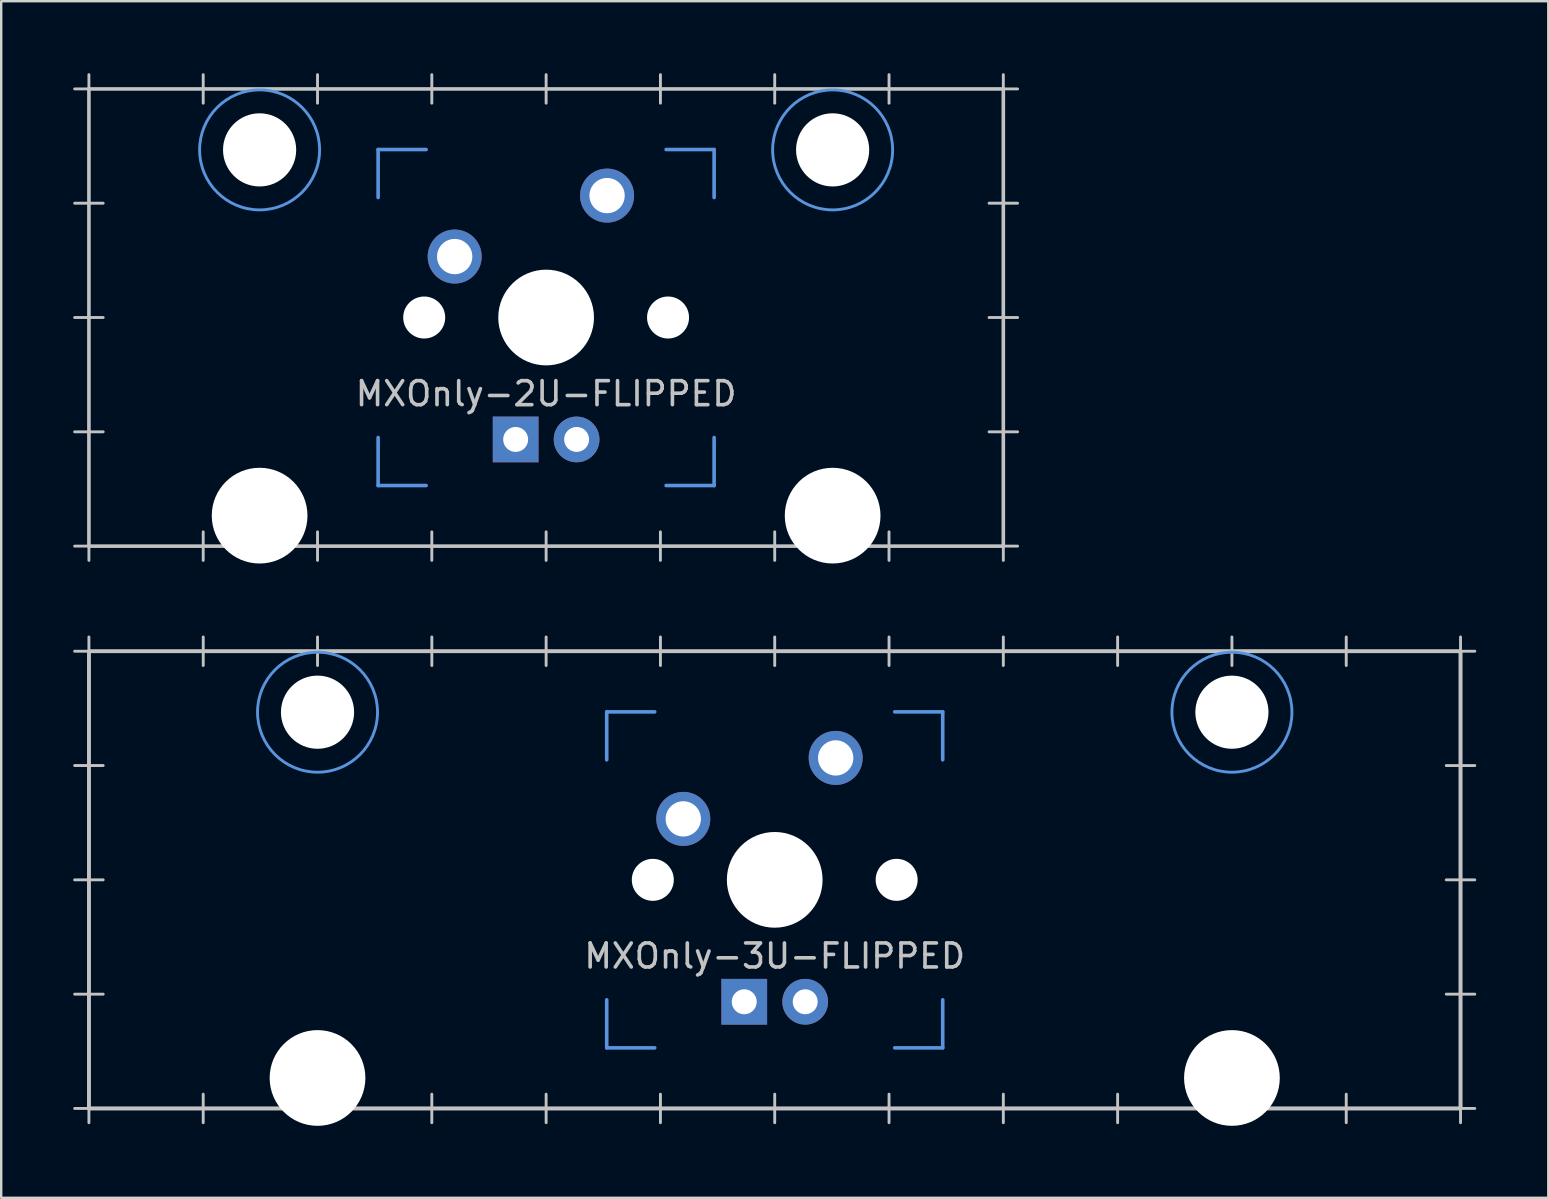
<source format=kicad_pcb>
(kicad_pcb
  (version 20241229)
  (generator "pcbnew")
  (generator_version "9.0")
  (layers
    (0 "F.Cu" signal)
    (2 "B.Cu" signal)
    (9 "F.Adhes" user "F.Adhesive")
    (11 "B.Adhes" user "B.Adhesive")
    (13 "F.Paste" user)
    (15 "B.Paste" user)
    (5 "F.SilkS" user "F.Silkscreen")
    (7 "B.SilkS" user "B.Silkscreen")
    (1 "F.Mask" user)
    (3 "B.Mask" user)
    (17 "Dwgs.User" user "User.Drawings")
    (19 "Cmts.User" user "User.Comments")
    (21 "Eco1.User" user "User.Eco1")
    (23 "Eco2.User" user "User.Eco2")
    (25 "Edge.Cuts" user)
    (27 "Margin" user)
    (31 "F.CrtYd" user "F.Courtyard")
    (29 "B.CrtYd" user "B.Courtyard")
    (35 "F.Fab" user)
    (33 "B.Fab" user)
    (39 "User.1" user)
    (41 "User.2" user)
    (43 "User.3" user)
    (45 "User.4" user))
  (footprint "MXOnly-3U-FLIPPED"
    (layer "F.Cu")
    (at 29.23 33.61)
    (property "Reference" "MXOnly-3U-FLIPPED" (at 0 3.175 0) (layer "Dwgs.User") (effects (font (size 1 1) (thickness 0.15))))
    (attr through_hole)
    (fp_line (start -29.17 -9.525) (end -28.575 -9.525) (stroke (width 0.12) (type solid)) (layer "Dwgs.User"))
    (fp_line (start -29.17 0) (end -27.98 0) (stroke (width 0.12) (type solid)) (layer "Dwgs.User"))
    (fp_line (start -29.17 4.763) (end -27.98 4.763) (stroke (width 0.12) (type solid)) (layer "Dwgs.User"))
    (fp_line (start -29.17 9.525) (end -28.575 9.525) (stroke (width 0.12) (type solid)) (layer "Dwgs.User"))
    (fp_line (start -28.575 10.12) (end -28.575 9.525) (stroke (width 0.12) (type solid)) (layer "Dwgs.User"))
    (fp_line (start -28.575 -10.12) (end -28.575 -9.525) (stroke (width 0.12) (type solid)) (layer "Dwgs.User"))
    (fp_line (start -28.575 -9.525) (end 28.575 -9.525) (stroke (width 0.15) (type solid)) (layer "Dwgs.User"))
    (fp_line (start -28.575 9.525) (end -28.575 -9.525) (stroke (width 0.15) (type solid)) (layer "Dwgs.User"))
    (fp_line (start -28.575 9.525) (end 28.575 9.525) (stroke (width 0.15) (type solid)) (layer "Dwgs.User"))
    (fp_line (start -28.575 -9.525) (end 28.575 -9.525) (stroke (width 0.15) (type solid)) (layer "Dwgs.User"))
    (fp_line (start -28.575 9.525) (end -28.575 -9.525) (stroke (width 0.15) (type solid)) (layer "Dwgs.User"))
    (fp_line (start -28.575 9.525) (end 28.575 9.525) (stroke (width 0.15) (type solid)) (layer "Dwgs.User"))
    (fp_line (start -27.98 -4.763) (end -29.17 -4.763) (stroke (width 0.12) (type solid)) (layer "Dwgs.User"))
    (fp_line (start -23.813 8.93) (end -23.813 10.12) (stroke (width 0.12) (type solid)) (layer "Dwgs.User"))
    (fp_line (start -23.812 -10.12) (end -23.812 -8.93) (stroke (width 0.12) (type solid)) (layer "Dwgs.User"))
    (fp_line (start -19.05 8.93) (end -19.05 10.12) (stroke (width 0.12) (type solid)) (layer "Dwgs.User"))
    (fp_line (start -19.05 -10.12) (end -19.05 -8.93) (stroke (width 0.12) (type solid)) (layer "Dwgs.User"))
    (fp_line (start -14.288 10.12) (end -14.288 8.93) (stroke (width 0.12) (type solid)) (layer "Dwgs.User"))
    (fp_line (start -14.287 -8.93) (end -14.287 -10.12) (stroke (width 0.12) (type solid)) (layer "Dwgs.User"))
    (fp_line (start -9.525 8.93) (end -9.525 10.12) (stroke (width 0.12) (type solid)) (layer "Dwgs.User"))
    (fp_line (start -9.525 -10.12) (end -9.525 -8.93) (stroke (width 0.12) (type solid)) (layer "Dwgs.User"))
    (fp_line (start -4.762 10.12) (end -4.762 8.93) (stroke (width 0.12) (type solid)) (layer "Dwgs.User"))
    (fp_line (start -4.762 -8.93) (end -4.762 -10.12) (stroke (width 0.12) (type solid)) (layer "Dwgs.User"))
    (fp_line (start 0.000006 8.93) (end 0.000006 10.12) (stroke (width 0.12) (type solid)) (layer "Dwgs.User"))
    (fp_line (start 0.000024 -10.12) (end 0.000024 -8.93) (stroke (width 0.12) (type solid)) (layer "Dwgs.User"))
    (fp_line (start 4.763 10.12) (end 4.763 8.93) (stroke (width 0.12) (type solid)) (layer "Dwgs.User"))
    (fp_line (start 4.763 -8.93) (end 4.763 -10.12) (stroke (width 0.12) (type solid)) (layer "Dwgs.User"))
    (fp_line (start 9.525 8.93) (end 9.525 10.12) (stroke (width 0.12) (type solid)) (layer "Dwgs.User"))
    (fp_line (start 9.525 -10.12) (end 9.525 -8.93) (stroke (width 0.12) (type solid)) (layer "Dwgs.User"))
    (fp_line (start 14.288 10.12) (end 14.288 8.93) (stroke (width 0.12) (type solid)) (layer "Dwgs.User"))
    (fp_line (start 14.288 -8.93) (end 14.288 -10.12) (stroke (width 0.12) (type solid)) (layer "Dwgs.User"))
    (fp_line (start 19.05 8.93) (end 19.05 10.12) (stroke (width 0.12) (type solid)) (layer "Dwgs.User"))
    (fp_line (start 19.05 -10.12) (end 19.05 -8.93) (stroke (width 0.12) (type solid)) (layer "Dwgs.User"))
    (fp_line (start 23.813 10.12) (end 23.813 8.93) (stroke (width 0.12) (type solid)) (layer "Dwgs.User"))
    (fp_line (start 23.813 -8.93) (end 23.813 -10.12) (stroke (width 0.12) (type solid)) (layer "Dwgs.User"))
    (fp_line (start 27.98 4.763) (end 29.17 4.763) (stroke (width 0.12) (type solid)) (layer "Dwgs.User"))
    (fp_line (start 28.575 -9.525) (end 28.575 9.525) (stroke (width 0.15) (type solid)) (layer "Dwgs.User"))
    (fp_line (start 28.575 -9.525) (end 28.575 9.525) (stroke (width 0.15) (type solid)) (layer "Dwgs.User"))
    (fp_line (start 28.575 10.12) (end 28.575 9.525) (stroke (width 0.12) (type solid)) (layer "Dwgs.User"))
    (fp_line (start 28.575 -10.12) (end 28.575 -9.525) (stroke (width 0.12) (type solid)) (layer "Dwgs.User"))
    (fp_line (start 29.17 -9.525) (end 28.575 -9.525) (stroke (width 0.12) (type solid)) (layer "Dwgs.User"))
    (fp_line (start 29.17 -4.762) (end 27.98 -4.762) (stroke (width 0.12) (type solid)) (layer "Dwgs.User"))
    (fp_line (start 29.17 0.000008) (end 27.98 0.000008) (stroke (width 0.12) (type solid)) (layer "Dwgs.User"))
    (fp_line (start 29.17 9.525) (end 28.575 9.525) (stroke (width 0.12) (type solid)) (layer "Dwgs.User"))
    (fp_line (start -7 -7) (end -7 -5) (stroke (width 0.15) (type solid)) (layer "Cmts.User"))
    (fp_line (start -7 7) (end -7 5) (stroke (width 0.15) (type solid)) (layer "Cmts.User"))
    (fp_line (start -5 -7) (end -7 -7) (stroke (width 0.15) (type solid)) (layer "Cmts.User"))
    (fp_line (start -5 7) (end -7 7) (stroke (width 0.15) (type solid)) (layer "Cmts.User"))
    (fp_line (start 5 -7) (end 7 -7) (stroke (width 0.15) (type solid)) (layer "Cmts.User"))
    (fp_line (start 7 -7) (end 7 -5) (stroke (width 0.15) (type solid)) (layer "Cmts.User"))
    (fp_line (start 7 5) (end 7 7) (stroke (width 0.15) (type solid)) (layer "Cmts.User"))
    (fp_line (start 7 7) (end 5 7) (stroke (width 0.15) (type solid)) (layer "Cmts.User"))
    (fp_circle (center -19.05 -6.985) (end -16.55 -6.985) (stroke (width 0.12) (type solid)) (fill no) (layer "Cmts.User"))
    (fp_circle (center 19.05 -6.985) (end 21.55 -6.985) (stroke (width 0.12) (type solid)) (fill no) (layer "Cmts.User"))
    (pad "" np_thru_hole circle (at -19.05 -6.985) (size 3.048 3.048) (drill 3.048) (layers "*.Cu" "*.Mask"))
    (pad "" np_thru_hole circle (at -19.05 8.255) (size 3.988 3.988) (drill 3.988) (layers "*.Cu" "*.Mask"))
    (pad "" np_thru_hole circle (at -5.08 0 48.1) (size 1.75 1.75) (drill 1.75) (layers "*.Cu" "*.Mask"))
    (pad "" np_thru_hole circle (at 0 0) (size 3.988 3.988) (drill 3.988) (layers "*.Cu" "*.Mask"))
    (pad "" np_thru_hole circle (at 5.08 0 48.1) (size 1.75 1.75) (drill 1.75) (layers "*.Cu" "*.Mask"))
    (pad "" np_thru_hole circle (at 19.05 -6.985) (size 3.048 3.048) (drill 3.048) (layers "*.Cu" "*.Mask"))
    (pad "" np_thru_hole circle (at 19.05 8.255) (size 3.988 3.988) (drill 3.988) (layers "*.Cu" "*.Mask"))
    (pad "1" thru_hole circle (at -3.81 -2.54 48.1) (size 2.25 2.25) (drill 1.47) (layers "*.Cu" "B.Mask"))
    (pad "2" thru_hole circle (at 2.54 -5.08) (size 2.25 2.25) (drill 1.47) (layers "*.Cu" "B.Mask"))
    (pad "3" thru_hole circle (at 1.27 5.08) (size 1.905 1.905) (drill 1.04) (layers "*.Cu" "B.Mask"))
    (pad "4" thru_hole rect (at -1.27 5.08) (size 1.905 1.905) (drill 1.04) (layers "*.Cu" "B.Mask")))
  (footprint "MXOnly-2U-FLIPPED"
    (layer "F.Cu")
    (at 19.705 10.18)
    (property "Reference" "MXOnly-2U-FLIPPED" (at 0 3.175 0) (layer "Dwgs.User") (effects (font (size 1 1) (thickness 0.15))))
    (attr through_hole)
    (fp_line (start -19.645 -9.525) (end -19.05 -9.525) (stroke (width 0.12) (type solid)) (layer "Dwgs.User"))
    (fp_line (start -19.645 -0.000008) (end -18.455 -0.000008) (stroke (width 0.12) (type solid)) (layer "Dwgs.User"))
    (fp_line (start -19.645 4.762) (end -18.455 4.762) (stroke (width 0.12) (type solid)) (layer "Dwgs.User"))
    (fp_line (start -19.645 9.525) (end -19.05 9.525) (stroke (width 0.12) (type solid)) (layer "Dwgs.User"))
    (fp_line (start -19.05 10.12) (end -19.05 9.525) (stroke (width 0.12) (type solid)) (layer "Dwgs.User"))
    (fp_line (start -19.05 -10.12) (end -19.05 -9.525) (stroke (width 0.12) (type solid)) (layer "Dwgs.User"))
    (fp_line (start -19.05 -9.525) (end 19.05 -9.525) (stroke (width 0.15) (type solid)) (layer "Dwgs.User"))
    (fp_line (start -19.05 9.525) (end -19.05 -9.525) (stroke (width 0.15) (type solid)) (layer "Dwgs.User"))
    (fp_line (start -19.05 9.525) (end 19.05 9.525) (stroke (width 0.15) (type solid)) (layer "Dwgs.User"))
    (fp_line (start -18.455 -4.763) (end -19.645 -4.763) (stroke (width 0.12) (type solid)) (layer "Dwgs.User"))
    (fp_line (start -14.288 8.93) (end -14.288 10.12) (stroke (width 0.12) (type solid)) (layer "Dwgs.User"))
    (fp_line (start -14.288 -10.12) (end -14.288 -8.93) (stroke (width 0.12) (type solid)) (layer "Dwgs.User"))
    (fp_line (start -9.525 8.93) (end -9.525 10.12) (stroke (width 0.12) (type solid)) (layer "Dwgs.User"))
    (fp_line (start -9.525 -10.12) (end -9.525 -8.93) (stroke (width 0.12) (type solid)) (layer "Dwgs.User"))
    (fp_line (start -4.763 10.12) (end -4.763 8.93) (stroke (width 0.12) (type solid)) (layer "Dwgs.User"))
    (fp_line (start -4.763 -8.93) (end -4.763 -10.12) (stroke (width 0.12) (type solid)) (layer "Dwgs.User"))
    (fp_line (start -0.000018 8.93) (end -0.000018 10.12) (stroke (width 0.12) (type solid)) (layer "Dwgs.User"))
    (fp_line (start 0 -10.12) (end 0 -8.93) (stroke (width 0.12) (type solid)) (layer "Dwgs.User"))
    (fp_line (start 4.762 10.12) (end 4.762 8.93) (stroke (width 0.12) (type solid)) (layer "Dwgs.User"))
    (fp_line (start 4.763 -8.93) (end 4.763 -10.12) (stroke (width 0.12) (type solid)) (layer "Dwgs.User"))
    (fp_line (start 9.525 8.93) (end 9.525 10.12) (stroke (width 0.12) (type solid)) (layer "Dwgs.User"))
    (fp_line (start 9.525 -10.12) (end 9.525 -8.93) (stroke (width 0.12) (type solid)) (layer "Dwgs.User"))
    (fp_line (start 14.287 10.12) (end 14.287 8.93) (stroke (width 0.12) (type solid)) (layer "Dwgs.User"))
    (fp_line (start 14.288 -8.93) (end 14.288 -10.12) (stroke (width 0.12) (type solid)) (layer "Dwgs.User"))
    (fp_line (start 18.455 4.763) (end 19.645 4.763) (stroke (width 0.12) (type solid)) (layer "Dwgs.User"))
    (fp_line (start 19.05 10.12) (end 19.05 9.525) (stroke (width 0.12) (type solid)) (layer "Dwgs.User"))
    (fp_line (start 19.05 -9.525) (end 19.05 9.525) (stroke (width 0.15) (type solid)) (layer "Dwgs.User"))
    (fp_line (start 19.05 -10.12) (end 19.05 -9.525) (stroke (width 0.12) (type solid)) (layer "Dwgs.User"))
    (fp_line (start 19.645 -9.525) (end 19.05 -9.525) (stroke (width 0.12) (type solid)) (layer "Dwgs.User"))
    (fp_line (start 19.645 -4.763) (end 18.455 -4.763) (stroke (width 0.12) (type solid)) (layer "Dwgs.User"))
    (fp_line (start 19.645 0) (end 18.455 0) (stroke (width 0.12) (type solid)) (layer "Dwgs.User"))
    (fp_line (start 19.645 9.525) (end 19.05 9.525) (stroke (width 0.12) (type solid)) (layer "Dwgs.User"))
    (fp_line (start -7 -7) (end -7 -5) (stroke (width 0.15) (type solid)) (layer "Cmts.User"))
    (fp_line (start -7 7) (end -7 5) (stroke (width 0.15) (type solid)) (layer "Cmts.User"))
    (fp_line (start -5 -7) (end -7 -7) (stroke (width 0.15) (type solid)) (layer "Cmts.User"))
    (fp_line (start -5 7) (end -7 7) (stroke (width 0.15) (type solid)) (layer "Cmts.User"))
    (fp_line (start 5 -7) (end 7 -7) (stroke (width 0.15) (type solid)) (layer "Cmts.User"))
    (fp_line (start 7 -7) (end 7 -5) (stroke (width 0.15) (type solid)) (layer "Cmts.User"))
    (fp_line (start 7 5) (end 7 7) (stroke (width 0.15) (type solid)) (layer "Cmts.User"))
    (fp_line (start 7 7) (end 5 7) (stroke (width 0.15) (type solid)) (layer "Cmts.User"))
    (fp_circle (center -11.938 -6.985) (end -9.438 -6.985) (stroke (width 0.12) (type solid)) (fill no) (layer "Cmts.User"))
    (fp_circle (center 11.938 -6.985) (end 14.438 -6.985) (stroke (width 0.12) (type solid)) (fill no) (layer "Cmts.User"))
    (pad "" np_thru_hole circle (at -11.938 -6.985) (size 3.048 3.048) (drill 3.048) (layers "*.Cu" "*.Mask"))
    (pad "" np_thru_hole circle (at -11.938 8.255) (size 3.988 3.988) (drill 3.988) (layers "*.Cu" "*.Mask"))
    (pad "" np_thru_hole circle (at -5.08 0 48.1) (size 1.75 1.75) (drill 1.75) (layers "*.Cu" "*.Mask"))
    (pad "" np_thru_hole circle (at 0 0) (size 3.988 3.988) (drill 3.988) (layers "*.Cu" "*.Mask"))
    (pad "" np_thru_hole circle (at 5.08 0 48.1) (size 1.75 1.75) (drill 1.75) (layers "*.Cu" "*.Mask"))
    (pad "" np_thru_hole circle (at 11.938 -6.985) (size 3.048 3.048) (drill 3.048) (layers "*.Cu" "*.Mask"))
    (pad "" np_thru_hole circle (at 11.938 8.255) (size 3.988 3.988) (drill 3.988) (layers "*.Cu" "*.Mask"))
    (pad "1" thru_hole circle (at -3.81 -2.54) (size 2.25 2.25) (drill 1.47) (layers "*.Cu" "B.Mask"))
    (pad "2" thru_hole circle (at 2.54 -5.08) (size 2.25 2.25) (drill 1.47) (layers "*.Cu" "B.Mask"))
    (pad "3" thru_hole circle (at 1.27 5.08) (size 1.905 1.905) (drill 1.04) (layers "*.Cu" "B.Mask"))
    (pad "4" thru_hole rect (at -1.27 5.08) (size 1.905 1.905) (drill 1.04) (layers "*.Cu" "B.Mask")))
  (gr_rect
    (start -3 -3)
    (end 61.461 46.858)
    (stroke (width 0.1) (type default))
    (fill no)
    (layer "Edge.Cuts")))
</source>
